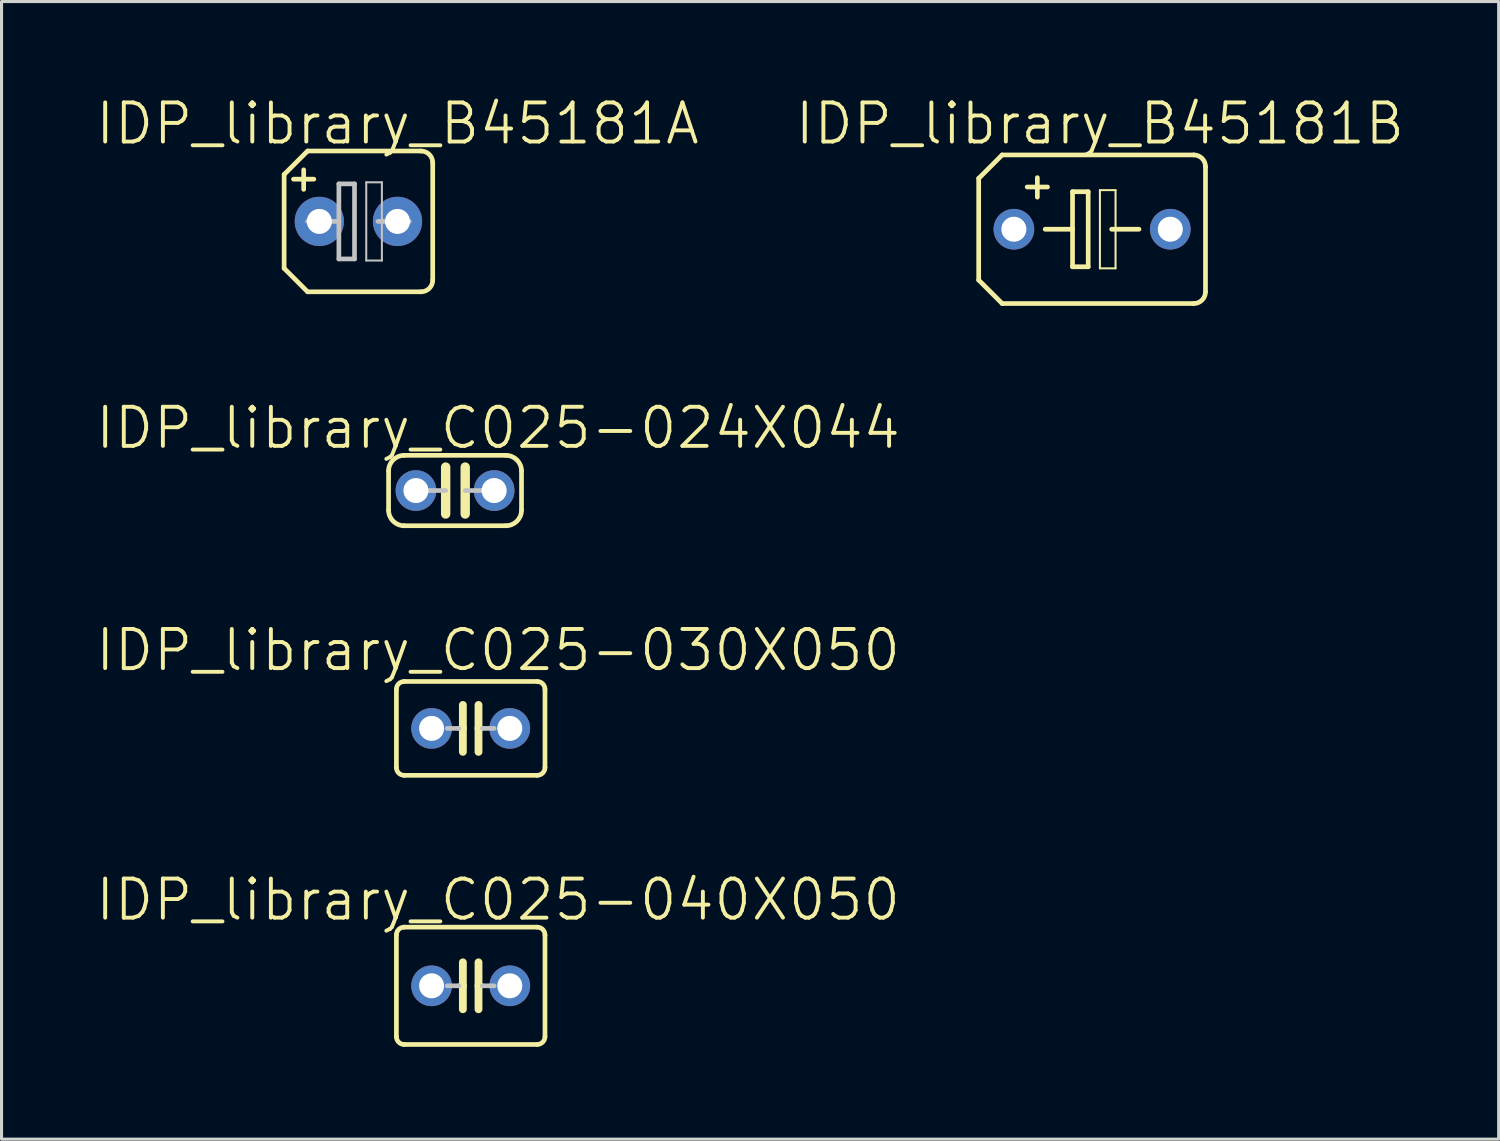
<source format=kicad_pcb>
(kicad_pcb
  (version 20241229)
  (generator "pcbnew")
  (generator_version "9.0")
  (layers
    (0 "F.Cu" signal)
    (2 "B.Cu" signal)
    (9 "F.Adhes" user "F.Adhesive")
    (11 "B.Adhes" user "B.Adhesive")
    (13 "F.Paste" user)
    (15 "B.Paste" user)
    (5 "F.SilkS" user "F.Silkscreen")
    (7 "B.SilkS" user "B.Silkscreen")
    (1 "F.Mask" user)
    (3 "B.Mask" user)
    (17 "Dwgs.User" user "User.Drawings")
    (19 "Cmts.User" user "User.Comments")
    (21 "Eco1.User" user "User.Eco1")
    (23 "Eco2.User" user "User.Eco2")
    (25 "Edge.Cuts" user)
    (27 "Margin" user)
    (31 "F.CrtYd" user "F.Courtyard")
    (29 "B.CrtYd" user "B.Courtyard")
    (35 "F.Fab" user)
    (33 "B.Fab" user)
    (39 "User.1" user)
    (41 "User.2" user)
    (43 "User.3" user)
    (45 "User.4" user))
  (footprint "IDP_library_C025-040X050"
    (layer "F.Cu")
    (at 12.237 28.967)
    (property "Reference" "IDP_library_C025-040X050" (at 0.889 -2.794 0) (layer "F.SilkS") (effects (font (size 1.27 1.27) (thickness 0.127))))
    (attr exclude_from_pos_files exclude_from_bom)
    (fp_line (start -2.413 -1.651) (end -2.413 1.651) (stroke (width 0.152) (type solid)) (layer "F.SilkS"))
    (fp_line (start -2.159 -1.905) (end 2.159 -1.905) (stroke (width 0.152) (type solid)) (layer "F.SilkS"))
    (fp_line (start -0.254 -0.762) (end -0.254 0) (stroke (width 0.254) (type solid)) (layer "F.SilkS"))
    (fp_line (start -0.254 0) (end -0.381 0) (stroke (width 0.152) (type solid)) (layer "F.SilkS"))
    (fp_line (start -0.254 0) (end -0.254 0.762) (stroke (width 0.254) (type solid)) (layer "F.SilkS"))
    (fp_line (start 0.254 0) (end 0.254 -0.762) (stroke (width 0.254) (type solid)) (layer "F.SilkS"))
    (fp_line (start 0.254 0) (end 0.254 0.762) (stroke (width 0.254) (type solid)) (layer "F.SilkS"))
    (fp_line (start 0.381 0) (end 0.254 0) (stroke (width 0.152) (type solid)) (layer "F.SilkS"))
    (fp_line (start 2.159 1.905) (end -2.159 1.905) (stroke (width 0.152) (type solid)) (layer "F.SilkS"))
    (fp_line (start 2.413 -1.651) (end 2.413 1.651) (stroke (width 0.152) (type solid)) (layer "F.SilkS"))
    (fp_arc (start -2.413 -1.651) (mid -2.338605 -1.830605) (end -2.159 -1.905) (stroke (width 0.1524) (type solid)) (layer "F.SilkS"))
    (fp_arc (start -2.159 1.905) (mid -2.338605 1.830605) (end -2.413 1.651) (stroke (width 0.1524) (type solid)) (layer "F.SilkS"))
    (fp_arc (start 2.159 -1.905) (mid 2.338605 -1.830605) (end 2.413 -1.651) (stroke (width 0.1524) (type solid)) (layer "F.SilkS"))
    (fp_arc (start 2.413 1.651) (mid 2.338605 1.830605) (end 2.159 1.905) (stroke (width 0.1524) (type solid)) (layer "F.SilkS"))
    (fp_line (start -0.381 0) (end -0.762 0) (stroke (width 0.152) (type solid)) (layer "Dwgs.User"))
    (fp_line (start 0.762 0) (end 0.381 0) (stroke (width 0.152) (type solid)) (layer "Dwgs.User"))
    (pad "1" thru_hole circle (at -1.27 0) (size 1.321 1.321) (drill 0.813) (layers "*.Cu" "*.Paste" "*.Mask"))
    (pad "2" thru_hole circle (at 1.27 0) (size 1.321 1.321) (drill 0.813) (layers "*.Cu" "*.Paste" "*.Mask")))
  (footprint "IDP_library_C025-024X044"
    (layer "F.Cu")
    (at 10.459 12.882)
    (property "Reference" "IDP_library_C025-024X044" (at 2.667 -2.032 0) (layer "F.SilkS") (effects (font (size 1.27 1.27) (thickness 0.127))))
    (attr exclude_from_pos_files exclude_from_bom)
    (fp_line (start -0.889 0.635) (end -0.889 -0.635) (stroke (width 0.152) (type solid)) (layer "F.SilkS"))
    (fp_line (start 0.965 -0.762) (end 0.965 0.762) (stroke (width 0.305) (type solid)) (layer "F.SilkS"))
    (fp_line (start 1.6 -0.762) (end 1.6 0.762) (stroke (width 0.305) (type solid)) (layer "F.SilkS"))
    (fp_line (start 2.921 -1.143) (end -0.381 -1.143) (stroke (width 0.152) (type solid)) (layer "F.SilkS"))
    (fp_line (start 2.921 1.143) (end -0.381 1.143) (stroke (width 0.152) (type solid)) (layer "F.SilkS"))
    (fp_line (start 3.429 0.635) (end 3.429 -0.635) (stroke (width 0.152) (type solid)) (layer "F.SilkS"))
    (fp_arc (start -0.889 -0.635) (mid -0.74021 -0.99421) (end -0.381 -1.143) (stroke (width 0.1524) (type solid)) (layer "F.SilkS"))
    (fp_arc (start -0.381 1.143) (mid -0.74021 0.99421) (end -0.889 0.635) (stroke (width 0.1524) (type solid)) (layer "F.SilkS"))
    (fp_arc (start 2.921 -1.143) (mid 3.28021 -0.99421) (end 3.429 -0.635) (stroke (width 0.1524) (type solid)) (layer "F.SilkS"))
    (fp_arc (start 3.429 0.635) (mid 3.28021 0.99421) (end 2.921 1.143) (stroke (width 0.1524) (type solid)) (layer "F.SilkS"))
    (fp_line (start 0 0) (end 0.965 0) (stroke (width 0.152) (type solid)) (layer "Dwgs.User"))
    (fp_line (start 2.54 0) (end 1.6 0) (stroke (width 0.152) (type solid)) (layer "Dwgs.User"))
    (pad "1" thru_hole circle (at 0 0) (size 1.321 1.321) (drill 0.813) (layers "*.Cu" "*.Paste" "*.Mask"))
    (pad "2" thru_hole circle (at 2.54 0) (size 1.321 1.321) (drill 0.813) (layers "*.Cu" "*.Paste" "*.Mask")))
  (footprint "IDP_library_C025-030X050"
    (layer "F.Cu")
    (at 12.237 20.607)
    (property "Reference" "IDP_library_C025-030X050" (at 0.889 -2.54 0) (layer "F.SilkS") (effects (font (size 1.27 1.27) (thickness 0.127))))
    (attr exclude_from_pos_files exclude_from_bom)
    (fp_line (start -2.413 -1.27) (end -2.413 1.27) (stroke (width 0.152) (type solid)) (layer "F.SilkS"))
    (fp_line (start -2.159 -1.524) (end 2.159 -1.524) (stroke (width 0.152) (type solid)) (layer "F.SilkS"))
    (fp_line (start -0.254 -0.762) (end -0.254 0) (stroke (width 0.254) (type solid)) (layer "F.SilkS"))
    (fp_line (start -0.254 0) (end -0.381 0) (stroke (width 0.152) (type solid)) (layer "F.SilkS"))
    (fp_line (start -0.254 0) (end -0.254 0.762) (stroke (width 0.254) (type solid)) (layer "F.SilkS"))
    (fp_line (start 0.254 0) (end 0.254 -0.762) (stroke (width 0.254) (type solid)) (layer "F.SilkS"))
    (fp_line (start 0.254 0) (end 0.254 0.762) (stroke (width 0.254) (type solid)) (layer "F.SilkS"))
    (fp_line (start 0.381 0) (end 0.254 0) (stroke (width 0.152) (type solid)) (layer "F.SilkS"))
    (fp_line (start 2.159 1.524) (end -2.159 1.524) (stroke (width 0.152) (type solid)) (layer "F.SilkS"))
    (fp_line (start 2.413 -1.27) (end 2.413 1.27) (stroke (width 0.152) (type solid)) (layer "F.SilkS"))
    (fp_arc (start -2.413 -1.27) (mid -2.338605 -1.449605) (end -2.159 -1.524) (stroke (width 0.1524) (type solid)) (layer "F.SilkS"))
    (fp_arc (start -2.159 1.524) (mid -2.338605 1.449605) (end -2.413 1.27) (stroke (width 0.1524) (type solid)) (layer "F.SilkS"))
    (fp_arc (start 2.159 -1.524) (mid 2.338605 -1.449605) (end 2.413 -1.27) (stroke (width 0.1524) (type solid)) (layer "F.SilkS"))
    (fp_arc (start 2.413 1.27) (mid 2.338605 1.449605) (end 2.159 1.524) (stroke (width 0.1524) (type solid)) (layer "F.SilkS"))
    (fp_line (start -0.381 0) (end -0.762 0) (stroke (width 0.152) (type solid)) (layer "Dwgs.User"))
    (fp_line (start 0.762 0) (end 0.381 0) (stroke (width 0.152) (type solid)) (layer "Dwgs.User"))
    (pad "1" thru_hole circle (at -1.27 0) (size 1.321 1.321) (drill 0.813) (layers "*.Cu" "*.Paste" "*.Mask"))
    (pad "2" thru_hole circle (at 1.27 0) (size 1.321 1.321) (drill 0.813) (layers "*.Cu" "*.Paste" "*.Mask")))
  (footprint "IDP_library_B45181B"
    (layer "F.Cu")
    (at 32.419 4.395)
    (property "Reference" "IDP_library_B45181B" (at 0.254 -3.429 0) (layer "F.SilkS") (effects (font (size 1.27 1.27) (thickness 0.127))))
    (attr exclude_from_pos_files exclude_from_bom)
    (fp_line (start -3.683 -1.651) (end -3.683 1.651) (stroke (width 0.152) (type solid)) (layer "F.SilkS"))
    (fp_line (start -3.683 -1.651) (end -2.921 -2.413) (stroke (width 0.152) (type solid)) (layer "F.SilkS"))
    (fp_line (start -2.921 2.413) (end -3.683 1.651) (stroke (width 0.152) (type solid)) (layer "F.SilkS"))
    (fp_line (start -2.921 2.413) (end 3.302 2.413) (stroke (width 0.152) (type solid)) (layer "F.SilkS"))
    (fp_line (start -1.778 -1.676) (end -1.778 -1.041) (stroke (width 0.152) (type solid)) (layer "F.SilkS"))
    (fp_line (start -1.524 0) (end -0.635 0) (stroke (width 0.152) (type solid)) (layer "F.SilkS"))
    (fp_line (start -1.448 -1.372) (end -2.108 -1.372) (stroke (width 0.152) (type solid)) (layer "F.SilkS"))
    (fp_line (start -0.635 -1.219) (end -0.635 0) (stroke (width 0.152) (type solid)) (layer "F.SilkS"))
    (fp_line (start -0.635 0) (end -0.635 1.219) (stroke (width 0.152) (type solid)) (layer "F.SilkS"))
    (fp_line (start -0.635 1.219) (end -0.127 1.219) (stroke (width 0.152) (type solid)) (layer "F.SilkS"))
    (fp_line (start -0.127 -1.219) (end -0.635 -1.219) (stroke (width 0.152) (type solid)) (layer "F.SilkS"))
    (fp_line (start -0.127 1.219) (end -0.127 -1.219) (stroke (width 0.152) (type solid)) (layer "F.SilkS"))
    (fp_line (start 0.254 -1.27) (end 0.762 -1.27) (stroke (width 0.066) (type solid)) (layer "F.SilkS"))
    (fp_line (start 0.254 1.27) (end 0.254 -1.27) (stroke (width 0.066) (type solid)) (layer "F.SilkS"))
    (fp_line (start 0.254 1.27) (end 0.762 1.27) (stroke (width 0.066) (type solid)) (layer "F.SilkS"))
    (fp_line (start 0.635 0) (end 1.524 0) (stroke (width 0.152) (type solid)) (layer "F.SilkS"))
    (fp_line (start 0.762 1.27) (end 0.762 -1.27) (stroke (width 0.066) (type solid)) (layer "F.SilkS"))
    (fp_line (start 3.302 -2.413) (end -2.921 -2.413) (stroke (width 0.152) (type solid)) (layer "F.SilkS"))
    (fp_line (start 3.683 -2.032) (end 3.683 2.032) (stroke (width 0.152) (type solid)) (layer "F.SilkS"))
    (fp_arc (start 3.302 -2.413) (mid 3.571408 -2.301408) (end 3.683 -2.032) (stroke (width 0.1524) (type solid)) (layer "F.SilkS"))
    (fp_arc (start 3.683 2.032) (mid 3.571408 2.301408) (end 3.302 2.413) (stroke (width 0.1524) (type solid)) (layer "F.SilkS"))
    (pad "+" thru_hole circle (at -2.54 0) (size 1.321 1.321) (drill 0.813) (layers "*.Cu" "*.Paste" "*.Mask"))
    (pad "-" thru_hole circle (at 2.54 0) (size 1.321 1.321) (drill 0.813) (layers "*.Cu" "*.Paste" "*.Mask")))
  (footprint "IDP_library_B45181A"
    (layer "F.Cu")
    (at 8.591 4.141)
    (property "Reference" "IDP_library_B45181A" (at 1.27 -3.175 0) (layer "F.SilkS") (effects (font (size 1.27 1.27) (thickness 0.127))))
    (attr exclude_from_pos_files exclude_from_bom)
    (fp_line (start -2.413 -1.524) (end -2.413 1.524) (stroke (width 0.152) (type solid)) (layer "F.SilkS"))
    (fp_line (start -2.413 -1.524) (end -1.651 -2.286) (stroke (width 0.152) (type solid)) (layer "F.SilkS"))
    (fp_line (start -1.778 -1.676) (end -1.778 -1.041) (stroke (width 0.152) (type solid)) (layer "F.SilkS"))
    (fp_line (start -1.651 2.286) (end -2.413 1.524) (stroke (width 0.152) (type solid)) (layer "F.SilkS"))
    (fp_line (start -1.651 2.286) (end 2.032 2.286) (stroke (width 0.152) (type solid)) (layer "F.SilkS"))
    (fp_line (start -1.448 -1.372) (end -2.108 -1.372) (stroke (width 0.152) (type solid)) (layer "F.SilkS"))
    (fp_line (start 2.032 -2.286) (end -1.651 -2.286) (stroke (width 0.152) (type solid)) (layer "F.SilkS"))
    (fp_line (start 2.413 -1.905) (end 2.413 1.905) (stroke (width 0.152) (type solid)) (layer "F.SilkS"))
    (fp_arc (start 2.032 -2.286) (mid 2.301408 -2.174408) (end 2.413 -1.905) (stroke (width 0.1524) (type solid)) (layer "F.SilkS"))
    (fp_arc (start 2.413 1.905) (mid 2.301408 2.174408) (end 2.032 2.286) (stroke (width 0.1524) (type solid)) (layer "F.SilkS"))
    (fp_line (start -1.651 0) (end -0.635 0) (stroke (width 0.152) (type solid)) (layer "Dwgs.User"))
    (fp_line (start -0.635 -1.219) (end -0.635 0) (stroke (width 0.152) (type solid)) (layer "Dwgs.User"))
    (fp_line (start -0.635 0) (end -0.635 1.219) (stroke (width 0.152) (type solid)) (layer "Dwgs.User"))
    (fp_line (start -0.635 1.219) (end -0.127 1.219) (stroke (width 0.152) (type solid)) (layer "Dwgs.User"))
    (fp_line (start -0.127 -1.219) (end -0.635 -1.219) (stroke (width 0.152) (type solid)) (layer "Dwgs.User"))
    (fp_line (start -0.127 1.219) (end -0.127 -1.219) (stroke (width 0.152) (type solid)) (layer "Dwgs.User"))
    (fp_line (start 0.254 -1.27) (end 0.762 -1.27) (stroke (width 0.066) (type solid)) (layer "Dwgs.User"))
    (fp_line (start 0.254 1.27) (end 0.254 -1.27) (stroke (width 0.066) (type solid)) (layer "Dwgs.User"))
    (fp_line (start 0.254 1.27) (end 0.762 1.27) (stroke (width 0.066) (type solid)) (layer "Dwgs.User"))
    (fp_line (start 0.635 0) (end 1.651 0) (stroke (width 0.152) (type solid)) (layer "Dwgs.User"))
    (fp_line (start 0.762 1.27) (end 0.762 -1.27) (stroke (width 0.066) (type solid)) (layer "Dwgs.User"))
    (pad "+" thru_hole circle (at -1.27 0) (size 1.6 1.6) (drill 0.813) (layers "*.Cu" "*.Paste" "*.Mask"))
    (pad "-" thru_hole circle (at 1.27 0) (size 1.6 1.6) (drill 0.813) (layers "*.Cu" "*.Paste" "*.Mask")))
  (gr_rect
    (start -3 -3)
    (end 45.624 33.948)
    (stroke (width 0.1) (type default))
    (fill no)
    (layer "Edge.Cuts")))
</source>
